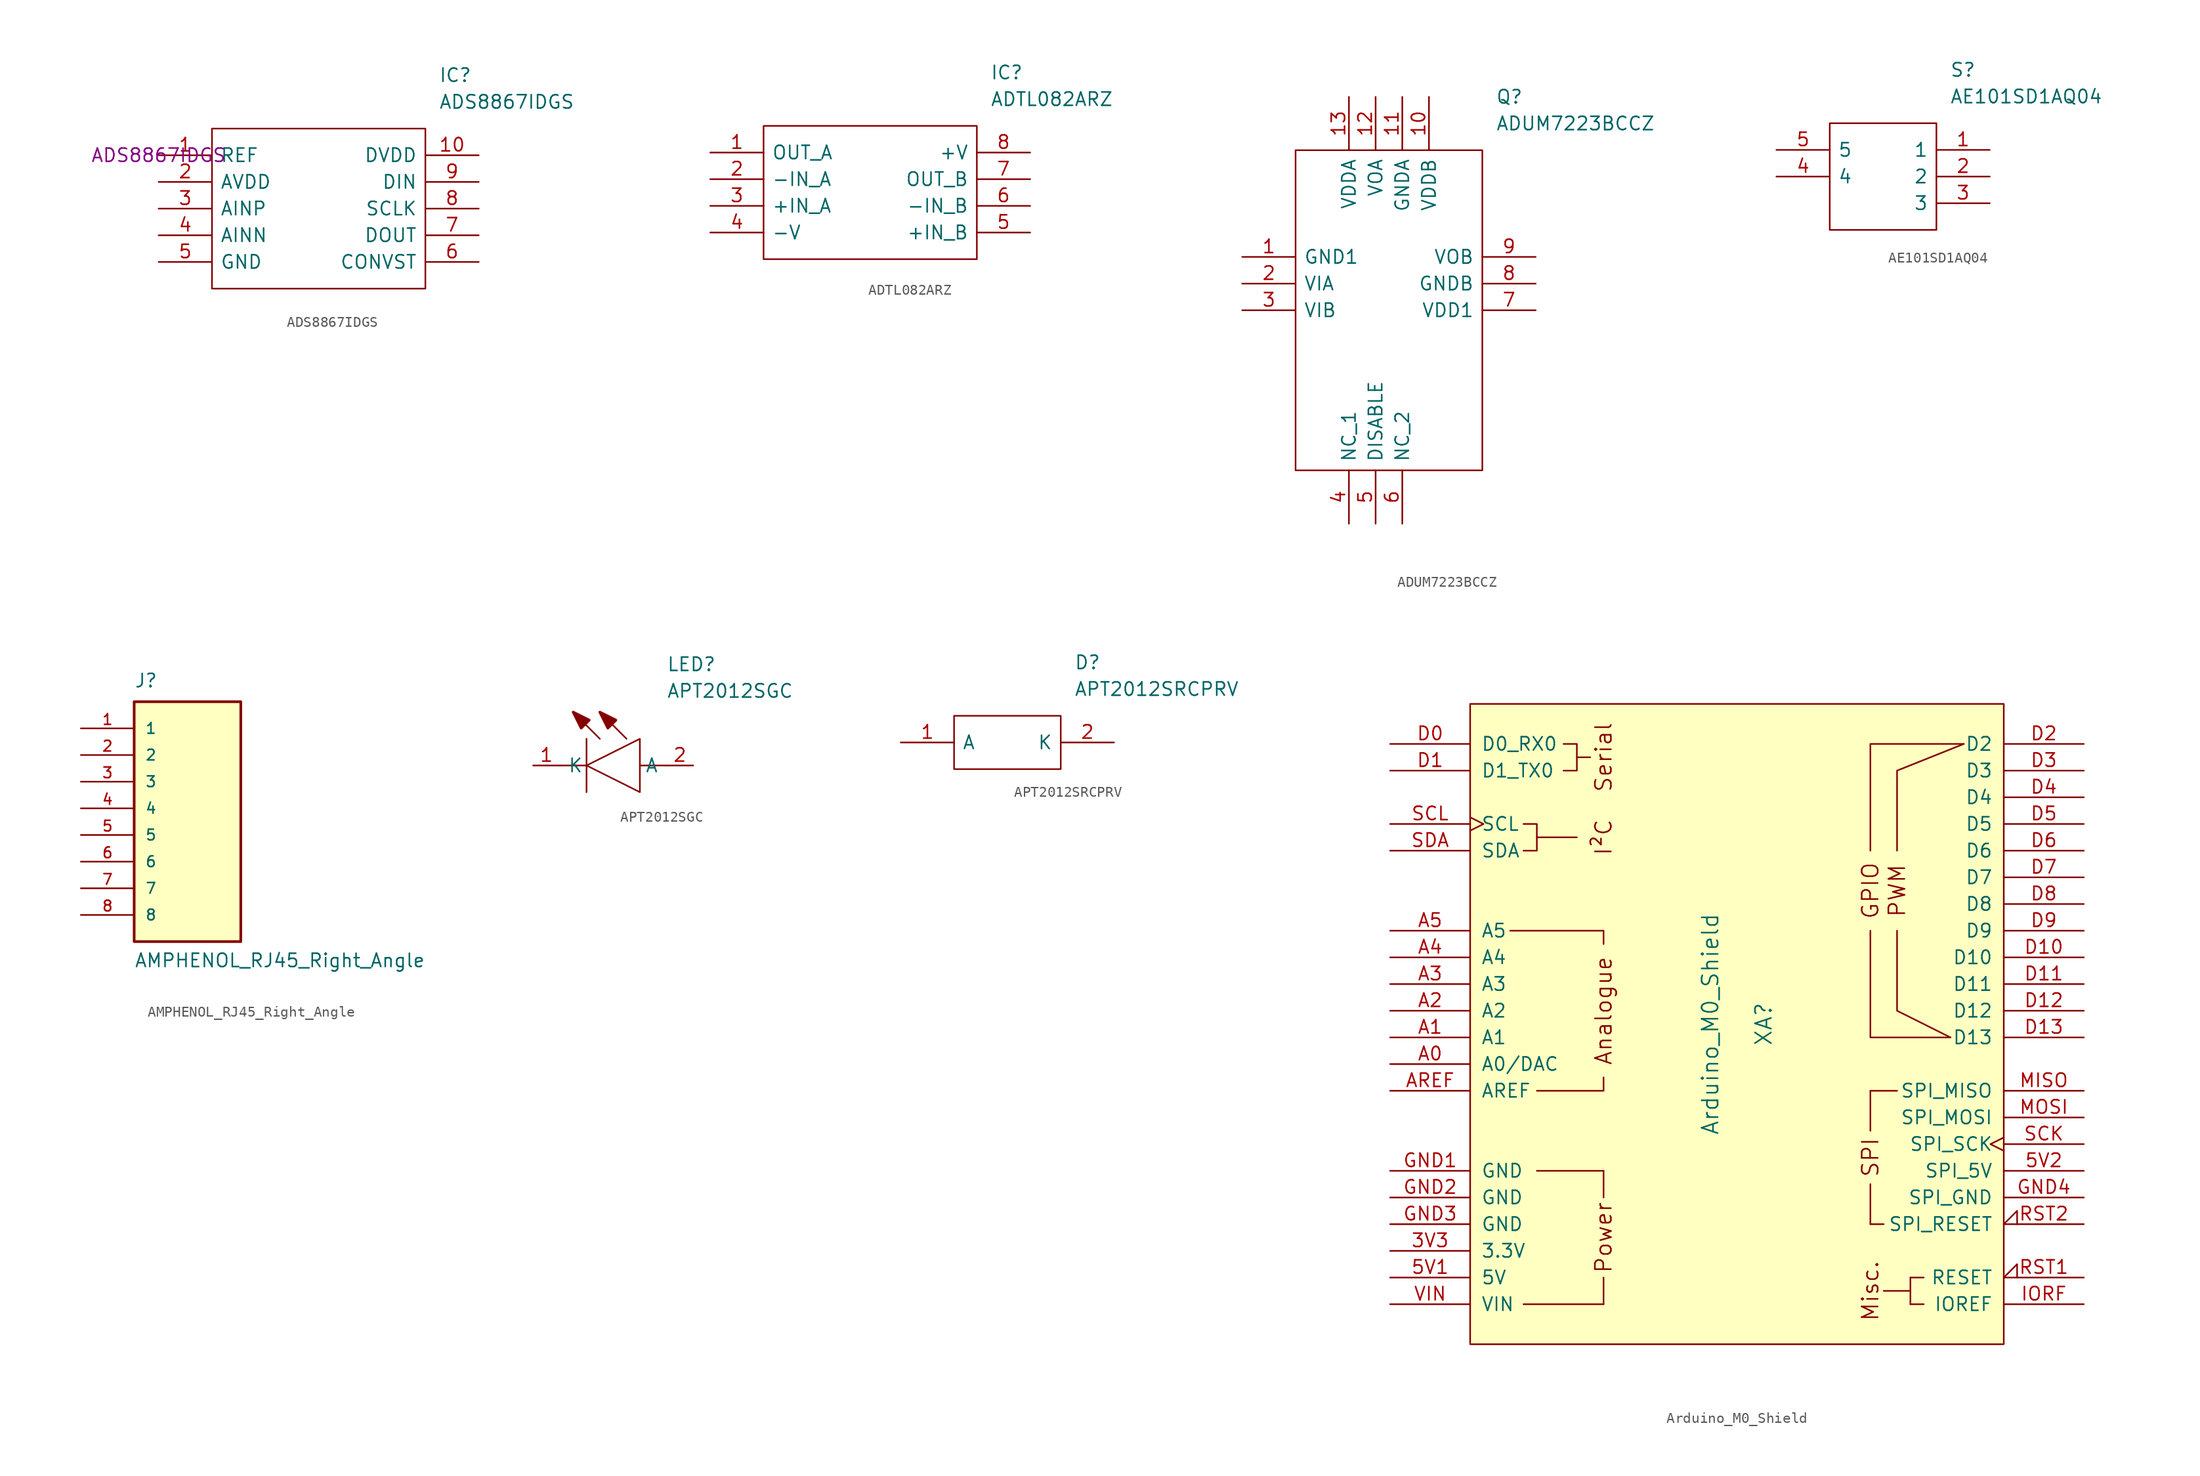
<source format=kicad_sym>
(kicad_symbol_lib
  (version 20220914)
  (generator kicad_symbol_editor)
  (symbol "ADS8867IDGS"
    (pin_names
      (offset 0.762))
    (property "Reference" "IC"
      (at 26.67 7.62 0)
      (effects (font (size 1.27 1.27)) (justify left)))
    (property "Value" "ADS8867IDGS"
      (at 26.67 5.08 0)
      (effects (font (size 1.27 1.27)) (justify left)))
    (property "MFG ID" "ADS8867IDGS"
      (at 0 0 0)
      (effects (font (size 1.27 1.27))))
    (symbol "ADS8867IDGS_0_0"
      (pin passive line (at 0 0 0) (length 5.08) (name "REF" (effects (font (size 1.27 1.27)))) (number "1" (effects (font (size 1.27 1.27)))))
      (pin passive line (at 30.48 0 180) (length 5.08) (name "DVDD" (effects (font (size 1.27 1.27)))) (number "10" (effects (font (size 1.27 1.27)))))
      (pin passive line (at 0 -2.54 0) (length 5.08) (name "AVDD" (effects (font (size 1.27 1.27)))) (number "2" (effects (font (size 1.27 1.27)))))
      (pin passive line (at 0 -5.08 0) (length 5.08) (name "AINP" (effects (font (size 1.27 1.27)))) (number "3" (effects (font (size 1.27 1.27)))))
      (pin passive line (at 0 -7.62 0) (length 5.08) (name "AINN" (effects (font (size 1.27 1.27)))) (number "4" (effects (font (size 1.27 1.27)))))
      (pin passive line (at 0 -10.16 0) (length 5.08) (name "GND" (effects (font (size 1.27 1.27)))) (number "5" (effects (font (size 1.27 1.27)))))
      (pin passive line (at 30.48 -10.16 180) (length 5.08) (name "CONVST" (effects (font (size 1.27 1.27)))) (number "6" (effects (font (size 1.27 1.27)))))
      (pin passive line (at 30.48 -7.62 180) (length 5.08) (name "DOUT" (effects (font (size 1.27 1.27)))) (number "7" (effects (font (size 1.27 1.27)))))
      (pin passive line (at 30.48 -5.08 180) (length 5.08) (name "SCLK" (effects (font (size 1.27 1.27)))) (number "8" (effects (font (size 1.27 1.27)))))
      (pin passive line (at 30.48 -2.54 180) (length 5.08) (name "DIN" (effects (font (size 1.27 1.27)))) (number "9" (effects (font (size 1.27 1.27))))))
    (symbol "ADS8867IDGS_0_1"
      (polyline (pts (xy 5.08 2.54) (xy 25.4 2.54) (xy 25.4 -12.7) (xy 5.08 -12.7) (xy 5.08 2.54)) (stroke (width 0.152) (type default)) (fill (type none)))))
  (symbol "ADTL082ARZ"
    (pin_names
      (offset 0.762))
    (property "Reference" "IC"
      (at 26.67 7.62 0)
      (effects (font (size 1.27 1.27)) (justify left)))
    (property "Value" "ADTL082ARZ"
      (at 26.67 5.08 0)
      (effects (font (size 1.27 1.27)) (justify left)))
    (symbol "ADTL082ARZ_0_0"
      (pin output line (at 0 0 0) (length 5.08) (name "OUT_A" (effects (font (size 1.27 1.27)))) (number "1" (effects (font (size 1.27 1.27)))))
      (pin input line (at 0 -2.54 0) (length 5.08) (name "-IN_A" (effects (font (size 1.27 1.27)))) (number "2" (effects (font (size 1.27 1.27)))))
      (pin input line (at 0 -5.08 0) (length 5.08) (name "+IN_A" (effects (font (size 1.27 1.27)))) (number "3" (effects (font (size 1.27 1.27)))))
      (pin unspecified line (at 0 -7.62 0) (length 5.08) (name "-V" (effects (font (size 1.27 1.27)))) (number "4" (effects (font (size 1.27 1.27)))))
      (pin input line (at 30.48 -7.62 180) (length 5.08) (name "+IN_B" (effects (font (size 1.27 1.27)))) (number "5" (effects (font (size 1.27 1.27)))))
      (pin input line (at 30.48 -5.08 180) (length 5.08) (name "-IN_B" (effects (font (size 1.27 1.27)))) (number "6" (effects (font (size 1.27 1.27)))))
      (pin output line (at 30.48 -2.54 180) (length 5.08) (name "OUT_B" (effects (font (size 1.27 1.27)))) (number "7" (effects (font (size 1.27 1.27)))))
      (pin unspecified line (at 30.48 0 180) (length 5.08) (name "+V" (effects (font (size 1.27 1.27)))) (number "8" (effects (font (size 1.27 1.27))))))
    (symbol "ADTL082ARZ_0_1"
      (polyline (pts (xy 5.08 2.54) (xy 25.4 2.54) (xy 25.4 -10.16) (xy 5.08 -10.16) (xy 5.08 2.54)) (stroke (width 0.152) (type default)) (fill (type none)))))
  (symbol "ADUM7223BCCZ"
    (pin_names
      (offset 0.762))
    (property "Reference" "Q"
      (at 24.13 15.24 0)
      (effects (font (size 1.27 1.27)) (justify left)))
    (property "Value" "ADUM7223BCCZ"
      (at 24.13 12.7 0)
      (effects (font (size 1.27 1.27)) (justify left)))
    (symbol "ADUM7223BCCZ_0_0"
      (pin unspecified line (at 0 0 0) (length 5.08) (name "GND1" (effects (font (size 1.27 1.27)))) (number "1" (effects (font (size 1.27 1.27)))))
      (pin unspecified line (at 17.78 15.24 270) (length 5.08) (name "VDDB" (effects (font (size 1.27 1.27)))) (number "10" (effects (font (size 1.27 1.27)))))
      (pin unspecified line (at 15.24 15.24 270) (length 5.08) (name "GNDA" (effects (font (size 1.27 1.27)))) (number "11" (effects (font (size 1.27 1.27)))))
      (pin unspecified line (at 12.7 15.24 270) (length 5.08) (name "VOA" (effects (font (size 1.27 1.27)))) (number "12" (effects (font (size 1.27 1.27)))))
      (pin unspecified line (at 10.16 15.24 270) (length 5.08) (name "VDDA" (effects (font (size 1.27 1.27)))) (number "13" (effects (font (size 1.27 1.27)))))
      (pin unspecified line (at 0 -2.54 0) (length 5.08) (name "VIA" (effects (font (size 1.27 1.27)))) (number "2" (effects (font (size 1.27 1.27)))))
      (pin unspecified line (at 0 -5.08 0) (length 5.08) (name "VIB" (effects (font (size 1.27 1.27)))) (number "3" (effects (font (size 1.27 1.27)))))
      (pin unspecified line (at 10.16 -25.4 90) (length 5.08) (name "NC_1" (effects (font (size 1.27 1.27)))) (number "4" (effects (font (size 1.27 1.27)))))
      (pin unspecified line (at 12.7 -25.4 90) (length 5.08) (name "DISABLE" (effects (font (size 1.27 1.27)))) (number "5" (effects (font (size 1.27 1.27)))))
      (pin unspecified line (at 15.24 -25.4 90) (length 5.08) (name "NC_2" (effects (font (size 1.27 1.27)))) (number "6" (effects (font (size 1.27 1.27)))))
      (pin unspecified line (at 27.94 -5.08 180) (length 5.08) (name "VDD1" (effects (font (size 1.27 1.27)))) (number "7" (effects (font (size 1.27 1.27)))))
      (pin unspecified line (at 27.94 -2.54 180) (length 5.08) (name "GNDB" (effects (font (size 1.27 1.27)))) (number "8" (effects (font (size 1.27 1.27)))))
      (pin unspecified line (at 27.94 0 180) (length 5.08) (name "VOB" (effects (font (size 1.27 1.27)))) (number "9" (effects (font (size 1.27 1.27))))))
    (symbol "ADUM7223BCCZ_0_1"
      (polyline (pts (xy 5.08 10.16) (xy 22.86 10.16) (xy 22.86 -20.32) (xy 5.08 -20.32) (xy 5.08 10.16)) (stroke (width 0.152) (type default)) (fill (type none)))))
  (symbol "AE101SD1AQ04"
    (pin_names
      (offset 0.762))
    (property "Reference" "S"
      (at 16.51 7.62 0)
      (effects (font (size 1.27 1.27)) (justify left)))
    (property "Value" "AE101SD1AQ04"
      (at 16.51 5.08 0)
      (effects (font (size 1.27 1.27)) (justify left)))
    (symbol "AE101SD1AQ04_0_0"
      (pin unspecified line (at 20.32 0 180) (length 5.08) (name "1" (effects (font (size 1.27 1.27)))) (number "1" (effects (font (size 1.27 1.27)))))
      (pin unspecified line (at 20.32 -2.54 180) (length 5.08) (name "2" (effects (font (size 1.27 1.27)))) (number "2" (effects (font (size 1.27 1.27)))))
      (pin unspecified line (at 20.32 -5.08 180) (length 5.08) (name "3" (effects (font (size 1.27 1.27)))) (number "3" (effects (font (size 1.27 1.27)))))
      (pin unspecified line (at 0 -2.54 0) (length 5.08) (name "4" (effects (font (size 1.27 1.27)))) (number "4" (effects (font (size 1.27 1.27)))))
      (pin unspecified line (at 0 0 0) (length 5.08) (name "5" (effects (font (size 1.27 1.27)))) (number "5" (effects (font (size 1.27 1.27))))))
    (symbol "AE101SD1AQ04_0_1"
      (polyline (pts (xy 5.08 2.54) (xy 15.24 2.54) (xy 15.24 -7.62) (xy 5.08 -7.62) (xy 5.08 2.54)) (stroke (width 0.152) (type default)) (fill (type none)))))
  (symbol "AMPHENOL_RJ45_Right_Angle"
    (pin_names
      (offset 1.016))
    (property "Reference" "J"
      (at -5.08 11.43 0)
      (effects (font (size 1.27 1.27)) (justify left bottom)))
    (property "Value" "AMPHENOL_RJ45_Right_Angle"
      (at -5.08 -15.24 0)
      (effects (font (size 1.27 1.27)) (justify left bottom)))
    (property "ki_locked" ""
      (at 0 0 0)
      (effects (font (size 1.27 1.27))))
    (symbol "AMPHENOL_RJ45_Right_Angle_0_0"
      (rectangle (start -5.08 -12.7) (end 5.08 10.16) (stroke (width 0.254) (type default)) (fill (type background)))
      (pin passive line (at -10.16 7.62 0) (length 5.08) (name "1" (effects (font (size 1.016 1.016)))) (number "1" (effects (font (size 1.016 1.016)))))
      (pin passive line (at -10.16 5.08 0) (length 5.08) (name "2" (effects (font (size 1.016 1.016)))) (number "2" (effects (font (size 1.016 1.016)))))
      (pin passive line (at -10.16 2.54 0) (length 5.08) (name "3" (effects (font (size 1.016 1.016)))) (number "3" (effects (font (size 1.016 1.016)))))
      (pin passive line (at -10.16 0 0) (length 5.08) (name "4" (effects (font (size 1.016 1.016)))) (number "4" (effects (font (size 1.016 1.016)))))
      (pin passive line (at -10.16 -2.54 0) (length 5.08) (name "5" (effects (font (size 1.016 1.016)))) (number "5" (effects (font (size 1.016 1.016)))))
      (pin passive line (at -10.16 -5.08 0) (length 5.08) (name "6" (effects (font (size 1.016 1.016)))) (number "6" (effects (font (size 1.016 1.016)))))
      (pin passive line (at -10.16 -7.62 0) (length 5.08) (name "7" (effects (font (size 1.016 1.016)))) (number "7" (effects (font (size 1.016 1.016)))))
      (pin passive line (at -10.16 -10.16 0) (length 5.08) (name "8" (effects (font (size 1.016 1.016)))) (number "8" (effects (font (size 1.016 1.016)))))))
  (symbol "APT2012SGC"
    (pin_names
      (offset 0.762))
    (property "Reference" "LED"
      (at 12.7 8.89 0)
      (effects (font (size 1.27 1.27)) (justify left bottom)))
    (property "Value" "APT2012SGC"
      (at 12.7 6.35 0)
      (effects (font (size 1.27 1.27)) (justify left bottom)))
    (symbol "APT2012SGC_0_0"
      (pin bidirectional line (at 0 0 0) (length 2.54) (name "K" (effects (font (size 1.27 1.27)))) (number "1" (effects (font (size 1.27 1.27)))))
      (pin bidirectional line (at 15.24 0 180) (length 2.54) (name "A" (effects (font (size 1.27 1.27)))) (number "2" (effects (font (size 1.27 1.27))))))
    (symbol "APT2012SGC_0_1"
      (polyline (pts (xy 2.54 0) (xy 5.08 0)) (stroke (width 0.152) (type default)) (fill (type none)))
      (polyline (pts (xy 5.08 2.54) (xy 5.08 -2.54)) (stroke (width 0.152) (type default)) (fill (type none)))
      (polyline (pts (xy 6.35 2.54) (xy 3.81 5.08)) (stroke (width 0.152) (type default)) (fill (type none)))
      (polyline (pts (xy 8.89 2.54) (xy 6.35 5.08)) (stroke (width 0.152) (type default)) (fill (type none)))
      (polyline (pts (xy 10.16 0) (xy 12.7 0)) (stroke (width 0.152) (type default)) (fill (type none)))
      (polyline (pts (xy 5.08 0) (xy 10.16 2.54) (xy 10.16 -2.54) (xy 5.08 0)) (stroke (width 0.152) (type default)) (fill (type none)))
      (polyline (pts (xy 5.334 4.318) (xy 4.572 3.556) (xy 3.81 5.08) (xy 5.334 4.318)) (stroke (width 0.254) (type default)) (fill (type outline)))
      (polyline (pts (xy 7.874 4.318) (xy 7.112 3.556) (xy 6.35 5.08) (xy 7.874 4.318)) (stroke (width 0.254) (type default)) (fill (type outline)))))
  (symbol "APT2012SRCPRV"
    (pin_names
      (offset 0.762))
    (property "Reference" "D"
      (at 16.51 7.62 0)
      (effects (font (size 1.27 1.27)) (justify left)))
    (property "Value" "APT2012SRCPRV"
      (at 16.51 5.08 0)
      (effects (font (size 1.27 1.27)) (justify left)))
    (symbol "APT2012SRCPRV_0_0"
      (pin bidirectional line (at 0 0 0) (length 5.08) (name "A" (effects (font (size 1.27 1.27)))) (number "1" (effects (font (size 1.27 1.27)))))
      (pin bidirectional line (at 20.32 0 180) (length 5.08) (name "K" (effects (font (size 1.27 1.27)))) (number "2" (effects (font (size 1.27 1.27))))))
    (symbol "APT2012SRCPRV_0_1"
      (polyline (pts (xy 5.08 2.54) (xy 15.24 2.54) (xy 15.24 -2.54) (xy 5.08 -2.54) (xy 5.08 2.54)) (stroke (width 0.152) (type default)) (fill (type none)))))
  (symbol "Arduino_M0_Shield"
    (pin_names
      (offset 1.016))
    (property "Reference" "XA"
      (at 2.54 0 90)
      (effects (font (size 1.524 1.524))))
    (property "Value" "Arduino_M0_Shield"
      (at -2.54 0 90)
      (effects (font (size 1.524 1.524))))
    (symbol "Arduino_M0_Shield_0_0"
      (rectangle (start -25.4 30.48) (end 25.4 -30.48) (stroke (width 0) (type default)) (fill (type background)))
      (rectangle (start -20.32 -26.67) (end -12.7 -26.67) (stroke (width 0) (type default)) (fill (type none)))
      (rectangle (start -19.05 -13.97) (end -12.7 -13.97) (stroke (width 0) (type default)) (fill (type none)))
      (polyline (pts (xy -19.05 17.78) (xy -15.24 17.78)) (stroke (width 0) (type default)) (fill (type none)))
      (polyline (pts (xy -15.24 25.4) (xy -13.97 25.4)) (stroke (width 0) (type default)) (fill (type none)))
      (polyline (pts (xy -12.7 -26.67) (xy -12.7 -24.13)) (stroke (width 0) (type default)) (fill (type none)))
      (polyline (pts (xy -12.7 -15.24) (xy -12.7 -16.51)) (stroke (width 0) (type default)) (fill (type none)))
      (polyline (pts (xy -12.7 -13.97) (xy -12.7 -15.24)) (stroke (width 0) (type default)) (fill (type none)))
      (polyline (pts (xy -12.7 -5.08) (xy -12.7 -6.35) (xy -19.05 -6.35)) (stroke (width 0) (type default)) (fill (type none)))
      (polyline (pts (xy -12.7 7.62) (xy -12.7 8.89) (xy -21.59 8.89)) (stroke (width 0) (type default)) (fill (type none)))
      (polyline (pts (xy 12.7 8.89) (xy 12.7 -1.27) (xy 20.32 -1.27)) (stroke (width 0) (type default)) (fill (type none)))
      (polyline (pts (xy 12.7 16.51) (xy 12.7 26.67) (xy 21.59 26.67)) (stroke (width 0) (type default)) (fill (type none)))
      (polyline (pts (xy 15.24 8.89) (xy 15.24 1.27) (xy 20.32 -1.27)) (stroke (width 0) (type default)) (fill (type none)))
      (polyline (pts (xy 15.24 16.51) (xy 15.24 24.13) (xy 21.59 26.67)) (stroke (width 0) (type default)) (fill (type none)))
      (polyline (pts (xy -20.32 19.05) (xy -19.05 19.05) (xy -19.05 16.51) (xy -20.32 16.51)) (stroke (width 0) (type default)) (fill (type none)))
      (polyline (pts (xy -16.51 26.67) (xy -15.24 26.67) (xy -15.24 24.13) (xy -16.51 24.13)) (stroke (width 0) (type default)) (fill (type none)))
      (rectangle (start 12.7 -19.05) (end 12.7 -15.24) (stroke (width 0) (type default)) (fill (type none)))
      (rectangle (start 12.7 -10.16) (end 12.7 -6.35) (stroke (width 0) (type default)) (fill (type none)))
      (rectangle (start 13.97 -19.05) (end 12.7 -19.05) (stroke (width 0) (type default)) (fill (type none)))
      (rectangle (start 15.24 -6.35) (end 12.7 -6.35) (stroke (width 0) (type default)) (fill (type none)))
      (rectangle (start 16.51 -25.4) (end 13.97 -25.4) (stroke (width 0) (type default)) (fill (type none)))
      (rectangle (start 16.51 -24.13) (end 16.51 -26.67) (stroke (width 0) (type default)) (fill (type none)))
      (rectangle (start 17.78 -26.67) (end 16.51 -26.67) (stroke (width 0) (type default)) (fill (type none)))
      (rectangle (start 17.78 -24.13) (end 16.51 -24.13) (stroke (width 0) (type default)) (fill (type none)))
      (text "Analogue" (at -12.7 1.27 900) (effects (font (size 1.524 1.524))))
      (text "I²C" (at -12.7 17.78 900) (effects (font (size 1.524 1.524))))
      (text "Misc." (at 12.7 -25.4 900) (effects (font (size 1.524 1.524))))
      (text "Power" (at -12.7 -20.32 900) (effects (font (size 1.524 1.524))))
      (text "PWM" (at 15.24 12.7 900) (effects (font (size 1.524 1.524))))
      (text "Serial" (at -12.7 25.4 900) (effects (font (size 1.524 1.524))))
      (text "SPI" (at 12.7 -12.7 900) (effects (font (size 1.524 1.524)))))
    (symbol "Arduino_M0_Shield_1_0"
      (text "GPIO" (at 12.7 12.7 900) (effects (font (size 1.524 1.524)))))
    (symbol "Arduino_M0_Shield_1_1"
      (pin power_in line (at -33.02 -21.59 0) (length 7.62) (name "3.3V" (effects (font (size 1.27 1.27)))) (number "3V3" (effects (font (size 1.27 1.27)))))
      (pin power_in line (at -33.02 -24.13 0) (length 7.62) (name "5V" (effects (font (size 1.27 1.27)))) (number "5V1" (effects (font (size 1.27 1.27)))))
      (pin power_in line (at 33.02 -13.97 180) (length 7.62) (name "SPI_5V" (effects (font (size 1.27 1.27)))) (number "5V2" (effects (font (size 1.27 1.27)))))
      (pin bidirectional line (at -33.02 -3.81 0) (length 7.62) (name "A0/DAC" (effects (font (size 1.27 1.27)))) (number "A0" (effects (font (size 1.27 1.27)))))
      (pin bidirectional line (at -33.02 -1.27 0) (length 7.62) (name "A1" (effects (font (size 1.27 1.27)))) (number "A1" (effects (font (size 1.27 1.27)))))
      (pin bidirectional line (at -33.02 1.27 0) (length 7.62) (name "A2" (effects (font (size 1.27 1.27)))) (number "A2" (effects (font (size 1.27 1.27)))))
      (pin bidirectional line (at -33.02 3.81 0) (length 7.62) (name "A3" (effects (font (size 1.27 1.27)))) (number "A3" (effects (font (size 1.27 1.27)))))
      (pin bidirectional line (at -33.02 6.35 0) (length 7.62) (name "A4" (effects (font (size 1.27 1.27)))) (number "A4" (effects (font (size 1.27 1.27)))))
      (pin bidirectional line (at -33.02 8.89 0) (length 7.62) (name "A5" (effects (font (size 1.27 1.27)))) (number "A5" (effects (font (size 1.27 1.27)))))
      (pin input line (at -33.02 -6.35 0) (length 7.62) (name "AREF" (effects (font (size 1.27 1.27)))) (number "AREF" (effects (font (size 1.27 1.27)))))
      (pin bidirectional line (at -33.02 26.67 0) (length 7.62) (name "D0_RX0" (effects (font (size 1.27 1.27)))) (number "D0" (effects (font (size 1.27 1.27)))))
      (pin bidirectional line (at -33.02 24.13 0) (length 7.62) (name "D1_TX0" (effects (font (size 1.27 1.27)))) (number "D1" (effects (font (size 1.27 1.27)))))
      (pin bidirectional line (at 33.02 6.35 180) (length 7.62) (name "D10" (effects (font (size 1.27 1.27)))) (number "D10" (effects (font (size 1.27 1.27)))))
      (pin bidirectional line (at 33.02 3.81 180) (length 7.62) (name "D11" (effects (font (size 1.27 1.27)))) (number "D11" (effects (font (size 1.27 1.27)))))
      (pin bidirectional line (at 33.02 1.27 180) (length 7.62) (name "D12" (effects (font (size 1.27 1.27)))) (number "D12" (effects (font (size 1.27 1.27)))))
      (pin bidirectional line (at 33.02 -1.27 180) (length 7.62) (name "D13" (effects (font (size 1.27 1.27)))) (number "D13" (effects (font (size 1.27 1.27)))))
      (pin bidirectional line (at 33.02 26.67 180) (length 7.62) (name "D2" (effects (font (size 1.27 1.27)))) (number "D2" (effects (font (size 1.27 1.27)))))
      (pin bidirectional line (at 33.02 24.13 180) (length 7.62) (name "D3" (effects (font (size 1.27 1.27)))) (number "D3" (effects (font (size 1.27 1.27)))))
      (pin bidirectional line (at 33.02 21.59 180) (length 7.62) (name "D4" (effects (font (size 1.27 1.27)))) (number "D4" (effects (font (size 1.27 1.27)))))
      (pin bidirectional line (at 33.02 19.05 180) (length 7.62) (name "D5" (effects (font (size 1.27 1.27)))) (number "D5" (effects (font (size 1.27 1.27)))))
      (pin bidirectional line (at 33.02 16.51 180) (length 7.62) (name "D6" (effects (font (size 1.27 1.27)))) (number "D6" (effects (font (size 1.27 1.27)))))
      (pin bidirectional line (at 33.02 13.97 180) (length 7.62) (name "D7" (effects (font (size 1.27 1.27)))) (number "D7" (effects (font (size 1.27 1.27)))))
      (pin bidirectional line (at 33.02 11.43 180) (length 7.62) (name "D8" (effects (font (size 1.27 1.27)))) (number "D8" (effects (font (size 1.27 1.27)))))
      (pin bidirectional line (at 33.02 8.89 180) (length 7.62) (name "D9" (effects (font (size 1.27 1.27)))) (number "D9" (effects (font (size 1.27 1.27)))))
      (pin power_in line (at -33.02 -13.97 0) (length 7.62) (name "GND" (effects (font (size 1.27 1.27)))) (number "GND1" (effects (font (size 1.27 1.27)))))
      (pin power_in line (at -33.02 -16.51 0) (length 7.62) (name "GND" (effects (font (size 1.27 1.27)))) (number "GND2" (effects (font (size 1.27 1.27)))))
      (pin power_in line (at -33.02 -19.05 0) (length 7.62) (name "GND" (effects (font (size 1.27 1.27)))) (number "GND3" (effects (font (size 1.27 1.27)))))
      (pin power_in line (at 33.02 -16.51 180) (length 7.62) (name "SPI_GND" (effects (font (size 1.27 1.27)))) (number "GND4" (effects (font (size 1.27 1.27)))))
      (pin output line (at 33.02 -26.67 180) (length 7.62) (name "IOREF" (effects (font (size 1.27 1.27)))) (number "IORF" (effects (font (size 1.27 1.27)))))
      (pin input line (at 33.02 -6.35 180) (length 7.62) (name "SPI_MISO" (effects (font (size 1.27 1.27)))) (number "MISO" (effects (font (size 1.27 1.27)))))
      (pin output line (at 33.02 -8.89 180) (length 7.62) (name "SPI_MOSI" (effects (font (size 1.27 1.27)))) (number "MOSI" (effects (font (size 1.27 1.27)))))
      (pin open_collector input_low (at 33.02 -24.13 180) (length 7.62) (name "RESET" (effects (font (size 1.27 1.27)))) (number "RST1" (effects (font (size 1.27 1.27)))))
      (pin open_collector input_low (at 33.02 -19.05 180) (length 7.62) (name "SPI_RESET" (effects (font (size 1.27 1.27)))) (number "RST2" (effects (font (size 1.27 1.27)))))
      (pin output clock (at 33.02 -11.43 180) (length 7.62) (name "SPI_SCK" (effects (font (size 1.27 1.27)))) (number "SCK" (effects (font (size 1.27 1.27)))))
      (pin bidirectional clock (at -33.02 19.05 0) (length 7.62) (name "SCL" (effects (font (size 1.27 1.27)))) (number "SCL" (effects (font (size 1.27 1.27)))))
      (pin bidirectional line (at -33.02 16.51 0) (length 7.62) (name "SDA" (effects (font (size 1.27 1.27)))) (number "SDA" (effects (font (size 1.27 1.27)))))
      (pin power_in line (at -33.02 -26.67 0) (length 7.62) (name "VIN" (effects (font (size 1.27 1.27)))) (number "VIN" (effects (font (size 1.27 1.27))))))))
</source>
